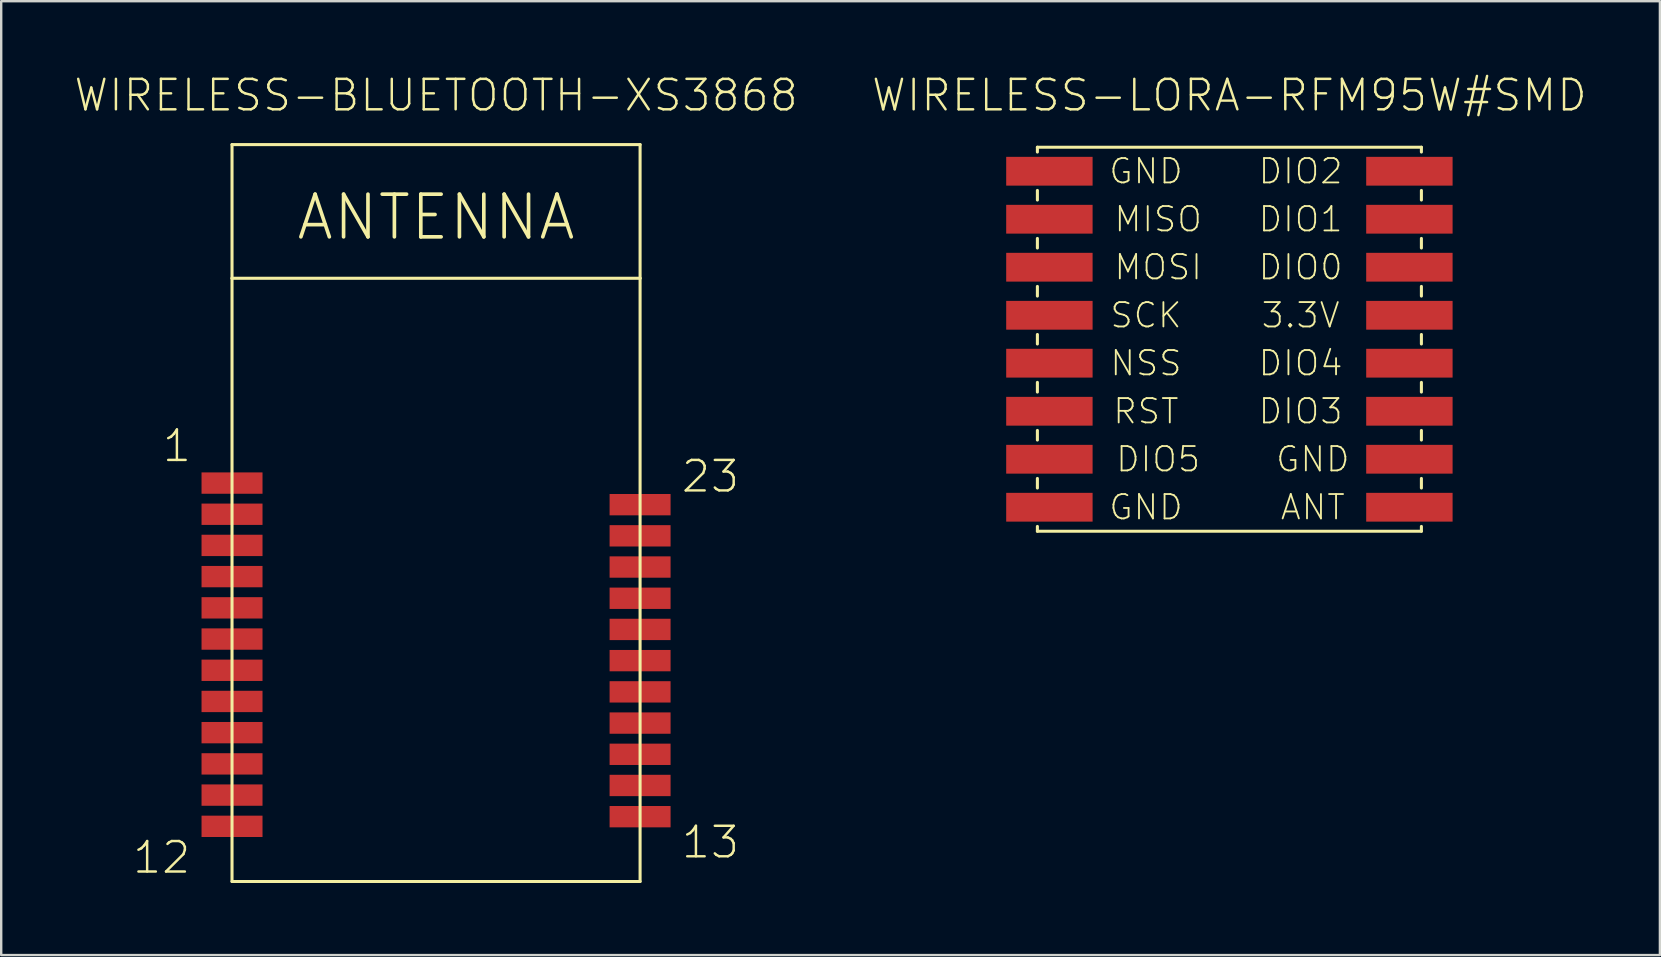
<source format=kicad_pcb>
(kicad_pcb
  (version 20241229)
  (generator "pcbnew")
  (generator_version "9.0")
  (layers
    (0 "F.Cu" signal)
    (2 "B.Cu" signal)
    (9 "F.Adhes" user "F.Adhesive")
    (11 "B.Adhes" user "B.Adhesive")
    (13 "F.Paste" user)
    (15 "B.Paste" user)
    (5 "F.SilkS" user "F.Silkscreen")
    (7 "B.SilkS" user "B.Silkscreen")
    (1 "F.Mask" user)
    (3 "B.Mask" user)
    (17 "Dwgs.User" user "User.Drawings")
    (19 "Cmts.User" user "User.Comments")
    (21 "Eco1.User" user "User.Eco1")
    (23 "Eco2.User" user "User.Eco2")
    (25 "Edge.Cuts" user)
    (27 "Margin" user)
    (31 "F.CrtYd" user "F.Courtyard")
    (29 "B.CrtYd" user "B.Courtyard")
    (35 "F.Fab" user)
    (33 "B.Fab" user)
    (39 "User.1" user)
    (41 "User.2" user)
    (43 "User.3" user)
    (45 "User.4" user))
  (footprint "WIRELESS-LORA-RFM95W#SMD"
    (layer "F.Cu")
    (at 48.161 11.081)
    (property "Reference" "WIRELESS-LORA-RFM95W#SMD" (at 0 -10.16 0) (layer "F.SilkS") (effects (font (size 1.27 1.27) (thickness 0.102))))
    (attr smd)
    (fp_line (start -7.998 -7.998) (end -7.998 -7.798) (stroke (width 0.127) (type solid)) (layer "F.SilkS"))
    (fp_line (start -7.998 -7.998) (end 7.998 -7.998) (stroke (width 0.127) (type solid)) (layer "F.SilkS"))
    (fp_line (start -7.998 -6.198) (end -7.998 -5.799) (stroke (width 0.127) (type solid)) (layer "F.SilkS"))
    (fp_line (start -7.998 -4.199) (end -7.998 -3.8) (stroke (width 0.127) (type solid)) (layer "F.SilkS"))
    (fp_line (start -7.998 -2.2) (end -7.998 -1.798) (stroke (width 0.127) (type solid)) (layer "F.SilkS"))
    (fp_line (start -7.998 -0.198) (end -7.998 0.198) (stroke (width 0.127) (type solid)) (layer "F.SilkS"))
    (fp_line (start -7.998 1.798) (end -7.998 2.2) (stroke (width 0.127) (type solid)) (layer "F.SilkS"))
    (fp_line (start -7.998 3.8) (end -7.998 4.199) (stroke (width 0.127) (type solid)) (layer "F.SilkS"))
    (fp_line (start -7.998 5.799) (end -7.998 6.198) (stroke (width 0.127) (type solid)) (layer "F.SilkS"))
    (fp_line (start -7.998 7.998) (end -7.998 7.798) (stroke (width 0.127) (type solid)) (layer "F.SilkS"))
    (fp_line (start 7.998 -7.998) (end 7.998 -7.798) (stroke (width 0.127) (type solid)) (layer "F.SilkS"))
    (fp_line (start 7.998 -6.198) (end 7.998 -5.799) (stroke (width 0.127) (type solid)) (layer "F.SilkS"))
    (fp_line (start 7.998 -4.199) (end 7.998 -3.8) (stroke (width 0.127) (type solid)) (layer "F.SilkS"))
    (fp_line (start 7.998 -2.2) (end 7.998 -1.798) (stroke (width 0.127) (type solid)) (layer "F.SilkS"))
    (fp_line (start 7.998 -0.198) (end 7.998 0.198) (stroke (width 0.127) (type solid)) (layer "F.SilkS"))
    (fp_line (start 7.998 1.798) (end 7.998 2.2) (stroke (width 0.127) (type solid)) (layer "F.SilkS"))
    (fp_line (start 7.998 3.8) (end 7.998 4.199) (stroke (width 0.127) (type solid)) (layer "F.SilkS"))
    (fp_line (start 7.998 5.799) (end 7.998 6.198) (stroke (width 0.127) (type solid)) (layer "F.SilkS"))
    (fp_line (start 7.998 7.998) (end -7.998 7.998) (stroke (width 0.127) (type solid)) (layer "F.SilkS"))
    (fp_line (start 7.998 7.998) (end 7.998 7.798) (stroke (width 0.127) (type solid)) (layer "F.SilkS"))
    (fp_text user "DIO2" (at 2.967 -6.998 0) (layer "F.SilkS") (effects (font (size 1.016 1.016) (thickness 0.076))))
    (fp_text user "GND" (at 3.475 4.999 0) (layer "F.SilkS") (effects (font (size 1.016 1.016) (thickness 0.076))))
    (fp_text user "SCK" (at -3.475 -0.998 0) (layer "F.SilkS") (effects (font (size 1.016 1.016) (thickness 0.076))))
    (fp_text user "DIO4" (at 2.967 0.998 0) (layer "F.SilkS") (effects (font (size 1.016 1.016) (thickness 0.076))))
    (fp_text user "3.3V" (at 2.967 -0.998 0) (layer "F.SilkS") (effects (font (size 1.016 1.016) (thickness 0.076))))
    (fp_text user "DIO3" (at 2.967 3 0) (layer "F.SilkS") (effects (font (size 1.016 1.016) (thickness 0.076))))
    (fp_text user "MOSI" (at -2.967 -3 0) (layer "F.SilkS") (effects (font (size 1.016 1.016) (thickness 0.076))))
    (fp_text user "GND" (at -3.475 6.998 0) (layer "F.SilkS") (effects (font (size 1.016 1.016) (thickness 0.076))))
    (fp_text user "DIO0" (at 2.967 -3 0) (layer "F.SilkS") (effects (font (size 1.016 1.016) (thickness 0.076))))
    (fp_text user "ANT" (at 3.475 6.998 0) (layer "F.SilkS") (effects (font (size 1.016 1.016) (thickness 0.076))))
    (fp_text user "RST" (at -3.475 3 0) (layer "F.SilkS") (effects (font (size 1.016 1.016) (thickness 0.076))))
    (fp_text user "DIO5" (at -2.967 4.999 0) (layer "F.SilkS") (effects (font (size 1.016 1.016) (thickness 0.076))))
    (fp_text user "MISO" (at -2.967 -4.999 0) (layer "F.SilkS") (effects (font (size 1.016 1.016) (thickness 0.076))))
    (fp_text user "DIO1" (at 2.967 -4.999 0) (layer "F.SilkS") (effects (font (size 1.016 1.016) (thickness 0.076))))
    (fp_text user "GND" (at -3.475 -6.998 0) (layer "F.SilkS") (effects (font (size 1.016 1.016) (thickness 0.076))))
    (fp_text user "NSS" (at -3.475 0.998 0) (layer "F.SilkS") (effects (font (size 1.016 1.016) (thickness 0.076))))
    (pad "A1" smd rect (at -7.498 -6.998) (size 3.599 1.199) (layers "F.Cu" "F.Mask" "F.Paste"))
    (pad "A2" smd rect (at -7.498 -4.999) (size 3.599 1.199) (layers "F.Cu" "F.Mask" "F.Paste"))
    (pad "A3" smd rect (at -7.498 -3) (size 3.599 1.199) (layers "F.Cu" "F.Mask" "F.Paste"))
    (pad "A4" smd rect (at -7.498 -0.998) (size 3.599 1.199) (layers "F.Cu" "F.Mask" "F.Paste"))
    (pad "A5" smd rect (at -7.498 0.998) (size 3.599 1.199) (layers "F.Cu" "F.Mask" "F.Paste"))
    (pad "A6" smd rect (at -7.498 3) (size 3.599 1.199) (layers "F.Cu" "F.Mask" "F.Paste"))
    (pad "A7" smd rect (at -7.498 4.999) (size 3.599 1.199) (layers "F.Cu" "F.Mask" "F.Paste"))
    (pad "A8" smd rect (at -7.498 6.998) (size 3.599 1.199) (layers "F.Cu" "F.Mask" "F.Paste"))
    (pad "B1" smd rect (at 7.498 -6.998) (size 3.599 1.199) (layers "F.Cu" "F.Mask" "F.Paste"))
    (pad "B2" smd rect (at 7.498 -4.999) (size 3.599 1.199) (layers "F.Cu" "F.Mask" "F.Paste"))
    (pad "B3" smd rect (at 7.498 -3) (size 3.599 1.199) (layers "F.Cu" "F.Mask" "F.Paste"))
    (pad "B4" smd rect (at 7.498 -0.998) (size 3.599 1.199) (layers "F.Cu" "F.Mask" "F.Paste"))
    (pad "B5" smd rect (at 7.498 0.998) (size 3.599 1.199) (layers "F.Cu" "F.Mask" "F.Paste"))
    (pad "B6" smd rect (at 7.498 3) (size 3.599 1.199) (layers "F.Cu" "F.Mask" "F.Paste"))
    (pad "B7" smd rect (at 7.498 4.999) (size 3.599 1.199) (layers "F.Cu" "F.Mask" "F.Paste"))
    (pad "B8" smd rect (at 7.498 6.998) (size 3.599 1.199) (layers "F.Cu" "F.Mask" "F.Paste")))
  (footprint "WIRELESS-BLUETOOTH-XS3868"
    (layer "F.Cu")
    (at 15.114 18.066)
    (property "Reference" "WIRELESS-BLUETOOTH-XS3868" (at 0 -17.145 0) (layer "F.SilkS") (effects (font (size 1.27 1.27) (thickness 0.102))))
    (attr smd)
    (fp_line (start -8.499 -15.093) (end 8.499 -15.093) (stroke (width 0.127) (type solid)) (layer "F.SilkS"))
    (fp_line (start -8.499 -9.525) (end -8.499 -15.093) (stroke (width 0.127) (type solid)) (layer "F.SilkS"))
    (fp_line (start -8.499 -9.525) (end 8.499 -9.525) (stroke (width 0.127) (type solid)) (layer "F.SilkS"))
    (fp_line (start -8.499 15.603) (end -8.499 -9.525) (stroke (width 0.127) (type solid)) (layer "F.SilkS"))
    (fp_line (start 8.499 -15.093) (end 8.499 -9.525) (stroke (width 0.127) (type solid)) (layer "F.SilkS"))
    (fp_line (start 8.499 -9.525) (end 8.499 15.603) (stroke (width 0.127) (type solid)) (layer "F.SilkS"))
    (fp_line (start 8.499 15.603) (end -8.499 15.603) (stroke (width 0.127) (type solid)) (layer "F.SilkS"))
    (fp_text user "ANTENNA" (at 0 -12.065 0) (layer "F.SilkS") (effects (font (size 1.778 1.778) (thickness 0.152))))
    (fp_text user "23" (at 11.43 -1.27 0) (layer "F.SilkS") (effects (font (size 1.27 1.27) (thickness 0.102))))
    (fp_text user "12" (at -11.43 14.605 0) (layer "F.SilkS") (effects (font (size 1.27 1.27) (thickness 0.102))))
    (fp_text user "1" (at -10.795 -2.54 0) (layer "F.SilkS") (effects (font (size 1.27 1.27) (thickness 0.102))))
    (fp_text user "13" (at 11.43 13.97 0) (layer "F.SilkS") (effects (font (size 1.27 1.27) (thickness 0.102))))
    (pad "1" smd rect (at -8.499 -0.993) (size 2.54 0.889) (layers "F.Cu" "F.Mask" "F.Paste"))
    (pad "2" smd rect (at -8.499 0.305) (size 2.54 0.889) (layers "F.Cu" "F.Mask" "F.Paste"))
    (pad "3" smd rect (at -8.499 1.603) (size 2.54 0.889) (layers "F.Cu" "F.Mask" "F.Paste"))
    (pad "4" smd rect (at -8.499 2.903) (size 2.54 0.889) (layers "F.Cu" "F.Mask" "F.Paste"))
    (pad "5" smd rect (at -8.499 4.204) (size 2.54 0.889) (layers "F.Cu" "F.Mask" "F.Paste"))
    (pad "6" smd rect (at -8.499 5.504) (size 2.54 0.889) (layers "F.Cu" "F.Mask" "F.Paste"))
    (pad "7" smd rect (at -8.499 6.805) (size 2.54 0.889) (layers "F.Cu" "F.Mask" "F.Paste"))
    (pad "8" smd rect (at -8.499 8.103) (size 2.54 0.889) (layers "F.Cu" "F.Mask" "F.Paste"))
    (pad "9" smd rect (at -8.499 9.403) (size 2.54 0.889) (layers "F.Cu" "F.Mask" "F.Paste"))
    (pad "10" smd rect (at -8.499 10.704) (size 2.54 0.889) (layers "F.Cu" "F.Mask" "F.Paste"))
    (pad "11" smd rect (at -8.499 12.004) (size 2.54 0.889) (layers "F.Cu" "F.Mask" "F.Paste"))
    (pad "12" smd rect (at -8.499 13.305) (size 2.54 0.889) (layers "F.Cu" "F.Mask" "F.Paste"))
    (pad "13" smd rect (at 8.499 12.903) (size 2.54 0.889) (layers "F.Cu" "F.Mask" "F.Paste"))
    (pad "14" smd rect (at 8.499 11.603) (size 2.54 0.889) (layers "F.Cu" "F.Mask" "F.Paste"))
    (pad "15" smd rect (at 8.499 10.305) (size 2.54 0.889) (layers "F.Cu" "F.Mask" "F.Paste"))
    (pad "16" smd rect (at 8.499 9.004) (size 2.54 0.889) (layers "F.Cu" "F.Mask" "F.Paste"))
    (pad "17" smd rect (at 8.499 7.704) (size 2.54 0.889) (layers "F.Cu" "F.Mask" "F.Paste"))
    (pad "18" smd rect (at 8.499 6.403) (size 2.54 0.889) (layers "F.Cu" "F.Mask" "F.Paste"))
    (pad "19" smd rect (at 8.499 5.103) (size 2.54 0.889) (layers "F.Cu" "F.Mask" "F.Paste"))
    (pad "20" smd rect (at 8.499 3.805) (size 2.54 0.889) (layers "F.Cu" "F.Mask" "F.Paste"))
    (pad "21" smd rect (at 8.499 2.504) (size 2.54 0.889) (layers "F.Cu" "F.Mask" "F.Paste"))
    (pad "22" smd rect (at 8.499 1.204) (size 2.54 0.889) (layers "F.Cu" "F.Mask" "F.Paste"))
    (pad "23" smd rect (at 8.499 -0.094) (size 2.54 0.889) (layers "F.Cu" "F.Mask" "F.Paste")))
  (gr_rect
    (start -3 -3)
    (end 66.094 36.733)
    (stroke (width 0.1) (type default))
    (fill no)
    (layer "Edge.Cuts")))
</source>
